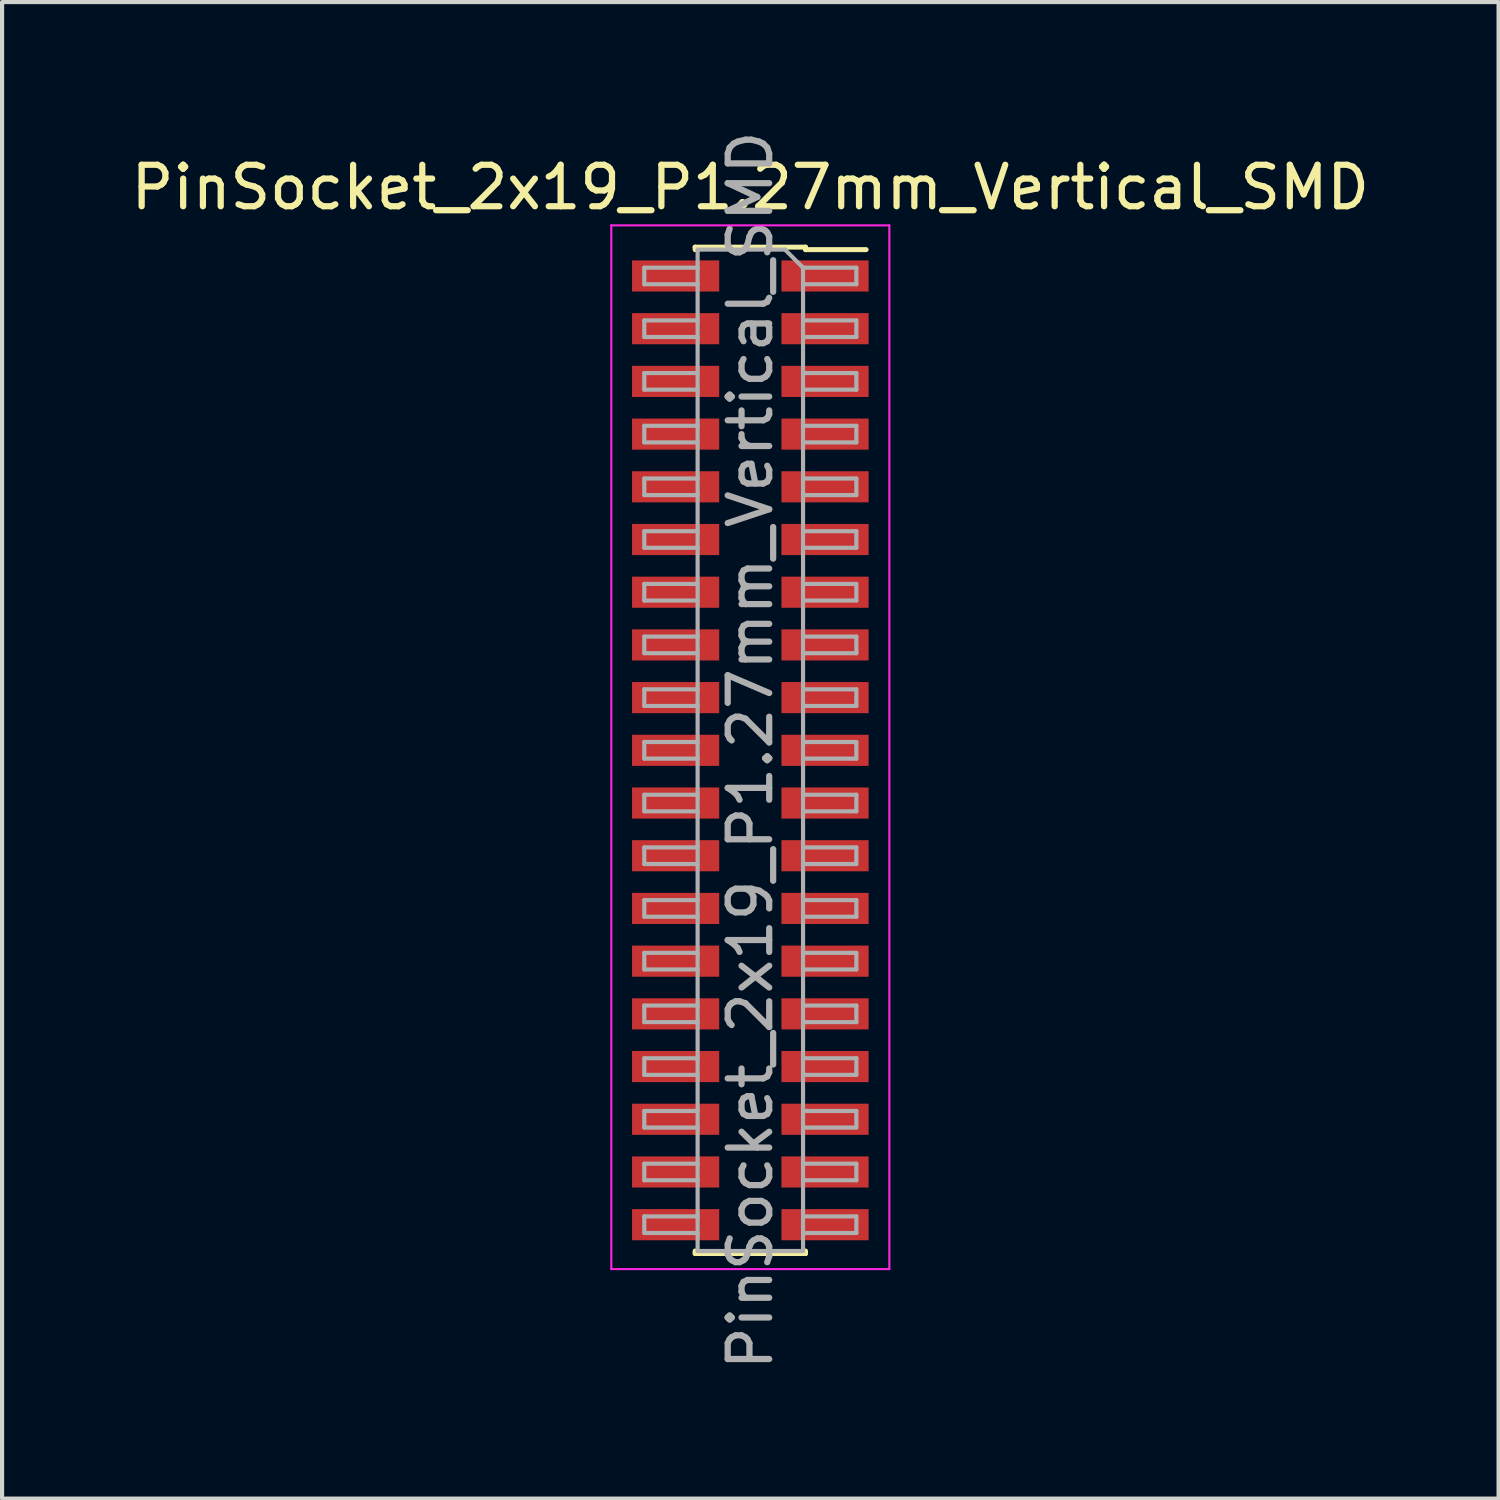
<source format=kicad_pcb>
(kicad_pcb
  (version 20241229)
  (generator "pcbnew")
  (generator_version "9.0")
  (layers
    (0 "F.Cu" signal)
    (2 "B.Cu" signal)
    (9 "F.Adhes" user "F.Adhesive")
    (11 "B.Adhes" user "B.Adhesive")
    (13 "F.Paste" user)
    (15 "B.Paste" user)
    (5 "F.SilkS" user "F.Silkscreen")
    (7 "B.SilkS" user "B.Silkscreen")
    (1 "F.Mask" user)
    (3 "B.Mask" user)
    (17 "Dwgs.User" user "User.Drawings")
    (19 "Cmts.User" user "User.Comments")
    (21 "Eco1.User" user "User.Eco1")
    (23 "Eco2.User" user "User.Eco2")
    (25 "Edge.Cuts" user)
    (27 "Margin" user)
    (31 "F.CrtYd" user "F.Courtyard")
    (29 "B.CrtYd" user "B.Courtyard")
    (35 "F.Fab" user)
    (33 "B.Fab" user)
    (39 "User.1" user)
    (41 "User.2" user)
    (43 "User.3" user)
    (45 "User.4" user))
  (footprint "PinSocket_2x19_P1.27mm_Vertical_SMD"
    (layer "F.Cu")
    (at 15.03 15.03)
    (property "Reference" "PinSocket_2x19_P1.27mm_Vertical_SMD" (at 0 -13.565 0) (layer "F.SilkS") (effects (font (size 1 1) (thickness 0.15))))
    (attr smd)
    (fp_line (start -1.33 -12.125) (end -1.33 -12.065) (stroke (width 0.12) (type solid)) (layer "F.SilkS"))
    (fp_line (start -1.33 -12.125) (end 1.33 -12.125) (stroke (width 0.12) (type solid)) (layer "F.SilkS"))
    (fp_line (start -1.33 12.065) (end -1.33 12.125) (stroke (width 0.12) (type solid)) (layer "F.SilkS"))
    (fp_line (start -1.33 12.125) (end 1.33 12.125) (stroke (width 0.12) (type solid)) (layer "F.SilkS"))
    (fp_line (start 1.33 -12.125) (end 1.33 -12.065) (stroke (width 0.12) (type solid)) (layer "F.SilkS"))
    (fp_line (start 1.33 -12.065) (end 2.79 -12.065) (stroke (width 0.12) (type solid)) (layer "F.SilkS"))
    (fp_line (start 1.33 12.065) (end 1.33 12.125) (stroke (width 0.12) (type solid)) (layer "F.SilkS"))
    (fp_line (start -3.35 -12.65) (end 3.35 -12.65) (stroke (width 0.05) (type solid)) (layer "F.CrtYd"))
    (fp_line (start -3.35 12.5) (end -3.35 -12.65) (stroke (width 0.05) (type solid)) (layer "F.CrtYd"))
    (fp_line (start 3.35 -12.65) (end 3.35 12.5) (stroke (width 0.05) (type solid)) (layer "F.CrtYd"))
    (fp_line (start 3.35 12.5) (end -3.35 12.5) (stroke (width 0.05) (type solid)) (layer "F.CrtYd"))
    (fp_line (start -2.555 -11.63) (end -1.27 -11.63) (stroke (width 0.1) (type solid)) (layer "F.Fab"))
    (fp_line (start -2.555 -11.23) (end -2.555 -11.63) (stroke (width 0.1) (type solid)) (layer "F.Fab"))
    (fp_line (start -2.555 -10.36) (end -1.27 -10.36) (stroke (width 0.1) (type solid)) (layer "F.Fab"))
    (fp_line (start -2.555 -9.96) (end -2.555 -10.36) (stroke (width 0.1) (type solid)) (layer "F.Fab"))
    (fp_line (start -2.555 -9.09) (end -1.27 -9.09) (stroke (width 0.1) (type solid)) (layer "F.Fab"))
    (fp_line (start -2.555 -8.69) (end -2.555 -9.09) (stroke (width 0.1) (type solid)) (layer "F.Fab"))
    (fp_line (start -2.555 -7.82) (end -1.27 -7.82) (stroke (width 0.1) (type solid)) (layer "F.Fab"))
    (fp_line (start -2.555 -7.42) (end -2.555 -7.82) (stroke (width 0.1) (type solid)) (layer "F.Fab"))
    (fp_line (start -2.555 -6.55) (end -1.27 -6.55) (stroke (width 0.1) (type solid)) (layer "F.Fab"))
    (fp_line (start -2.555 -6.15) (end -2.555 -6.55) (stroke (width 0.1) (type solid)) (layer "F.Fab"))
    (fp_line (start -2.555 -5.28) (end -1.27 -5.28) (stroke (width 0.1) (type solid)) (layer "F.Fab"))
    (fp_line (start -2.555 -4.88) (end -2.555 -5.28) (stroke (width 0.1) (type solid)) (layer "F.Fab"))
    (fp_line (start -2.555 -4.01) (end -1.27 -4.01) (stroke (width 0.1) (type solid)) (layer "F.Fab"))
    (fp_line (start -2.555 -3.61) (end -2.555 -4.01) (stroke (width 0.1) (type solid)) (layer "F.Fab"))
    (fp_line (start -2.555 -2.74) (end -1.27 -2.74) (stroke (width 0.1) (type solid)) (layer "F.Fab"))
    (fp_line (start -2.555 -2.34) (end -2.555 -2.74) (stroke (width 0.1) (type solid)) (layer "F.Fab"))
    (fp_line (start -2.555 -1.47) (end -1.27 -1.47) (stroke (width 0.1) (type solid)) (layer "F.Fab"))
    (fp_line (start -2.555 -1.07) (end -2.555 -1.47) (stroke (width 0.1) (type solid)) (layer "F.Fab"))
    (fp_line (start -2.555 -0.2) (end -1.27 -0.2) (stroke (width 0.1) (type solid)) (layer "F.Fab"))
    (fp_line (start -2.555 0.2) (end -2.555 -0.2) (stroke (width 0.1) (type solid)) (layer "F.Fab"))
    (fp_line (start -2.555 1.07) (end -1.27 1.07) (stroke (width 0.1) (type solid)) (layer "F.Fab"))
    (fp_line (start -2.555 1.47) (end -2.555 1.07) (stroke (width 0.1) (type solid)) (layer "F.Fab"))
    (fp_line (start -2.555 2.34) (end -1.27 2.34) (stroke (width 0.1) (type solid)) (layer "F.Fab"))
    (fp_line (start -2.555 2.74) (end -2.555 2.34) (stroke (width 0.1) (type solid)) (layer "F.Fab"))
    (fp_line (start -2.555 3.61) (end -1.27 3.61) (stroke (width 0.1) (type solid)) (layer "F.Fab"))
    (fp_line (start -2.555 4.01) (end -2.555 3.61) (stroke (width 0.1) (type solid)) (layer "F.Fab"))
    (fp_line (start -2.555 4.88) (end -1.27 4.88) (stroke (width 0.1) (type solid)) (layer "F.Fab"))
    (fp_line (start -2.555 5.28) (end -2.555 4.88) (stroke (width 0.1) (type solid)) (layer "F.Fab"))
    (fp_line (start -2.555 6.15) (end -1.27 6.15) (stroke (width 0.1) (type solid)) (layer "F.Fab"))
    (fp_line (start -2.555 6.55) (end -2.555 6.15) (stroke (width 0.1) (type solid)) (layer "F.Fab"))
    (fp_line (start -2.555 7.42) (end -1.27 7.42) (stroke (width 0.1) (type solid)) (layer "F.Fab"))
    (fp_line (start -2.555 7.82) (end -2.555 7.42) (stroke (width 0.1) (type solid)) (layer "F.Fab"))
    (fp_line (start -2.555 8.69) (end -1.27 8.69) (stroke (width 0.1) (type solid)) (layer "F.Fab"))
    (fp_line (start -2.555 9.09) (end -2.555 8.69) (stroke (width 0.1) (type solid)) (layer "F.Fab"))
    (fp_line (start -2.555 9.96) (end -1.27 9.96) (stroke (width 0.1) (type solid)) (layer "F.Fab"))
    (fp_line (start -2.555 10.36) (end -2.555 9.96) (stroke (width 0.1) (type solid)) (layer "F.Fab"))
    (fp_line (start -2.555 11.23) (end -1.27 11.23) (stroke (width 0.1) (type solid)) (layer "F.Fab"))
    (fp_line (start -2.555 11.63) (end -2.555 11.23) (stroke (width 0.1) (type solid)) (layer "F.Fab"))
    (fp_line (start -1.27 -12.065) (end 0.835 -12.065) (stroke (width 0.1) (type solid)) (layer "F.Fab"))
    (fp_line (start -1.27 -11.23) (end -2.555 -11.23) (stroke (width 0.1) (type solid)) (layer "F.Fab"))
    (fp_line (start -1.27 -9.96) (end -2.555 -9.96) (stroke (width 0.1) (type solid)) (layer "F.Fab"))
    (fp_line (start -1.27 -8.69) (end -2.555 -8.69) (stroke (width 0.1) (type solid)) (layer "F.Fab"))
    (fp_line (start -1.27 -7.42) (end -2.555 -7.42) (stroke (width 0.1) (type solid)) (layer "F.Fab"))
    (fp_line (start -1.27 -6.15) (end -2.555 -6.15) (stroke (width 0.1) (type solid)) (layer "F.Fab"))
    (fp_line (start -1.27 -4.88) (end -2.555 -4.88) (stroke (width 0.1) (type solid)) (layer "F.Fab"))
    (fp_line (start -1.27 -3.61) (end -2.555 -3.61) (stroke (width 0.1) (type solid)) (layer "F.Fab"))
    (fp_line (start -1.27 -2.34) (end -2.555 -2.34) (stroke (width 0.1) (type solid)) (layer "F.Fab"))
    (fp_line (start -1.27 -1.07) (end -2.555 -1.07) (stroke (width 0.1) (type solid)) (layer "F.Fab"))
    (fp_line (start -1.27 0.2) (end -2.555 0.2) (stroke (width 0.1) (type solid)) (layer "F.Fab"))
    (fp_line (start -1.27 1.47) (end -2.555 1.47) (stroke (width 0.1) (type solid)) (layer "F.Fab"))
    (fp_line (start -1.27 2.74) (end -2.555 2.74) (stroke (width 0.1) (type solid)) (layer "F.Fab"))
    (fp_line (start -1.27 4.01) (end -2.555 4.01) (stroke (width 0.1) (type solid)) (layer "F.Fab"))
    (fp_line (start -1.27 5.28) (end -2.555 5.28) (stroke (width 0.1) (type solid)) (layer "F.Fab"))
    (fp_line (start -1.27 6.55) (end -2.555 6.55) (stroke (width 0.1) (type solid)) (layer "F.Fab"))
    (fp_line (start -1.27 7.82) (end -2.555 7.82) (stroke (width 0.1) (type solid)) (layer "F.Fab"))
    (fp_line (start -1.27 9.09) (end -2.555 9.09) (stroke (width 0.1) (type solid)) (layer "F.Fab"))
    (fp_line (start -1.27 10.36) (end -2.555 10.36) (stroke (width 0.1) (type solid)) (layer "F.Fab"))
    (fp_line (start -1.27 11.63) (end -2.555 11.63) (stroke (width 0.1) (type solid)) (layer "F.Fab"))
    (fp_line (start -1.27 12.065) (end -1.27 -12.065) (stroke (width 0.1) (type solid)) (layer "F.Fab"))
    (fp_line (start 0.835 -12.065) (end 1.27 -11.63) (stroke (width 0.1) (type solid)) (layer "F.Fab"))
    (fp_line (start 1.27 -11.63) (end 1.27 12.065) (stroke (width 0.1) (type solid)) (layer "F.Fab"))
    (fp_line (start 1.27 -11.63) (end 2.555 -11.63) (stroke (width 0.1) (type solid)) (layer "F.Fab"))
    (fp_line (start 1.27 -10.36) (end 2.555 -10.36) (stroke (width 0.1) (type solid)) (layer "F.Fab"))
    (fp_line (start 1.27 -9.09) (end 2.555 -9.09) (stroke (width 0.1) (type solid)) (layer "F.Fab"))
    (fp_line (start 1.27 -7.82) (end 2.555 -7.82) (stroke (width 0.1) (type solid)) (layer "F.Fab"))
    (fp_line (start 1.27 -6.55) (end 2.555 -6.55) (stroke (width 0.1) (type solid)) (layer "F.Fab"))
    (fp_line (start 1.27 -5.28) (end 2.555 -5.28) (stroke (width 0.1) (type solid)) (layer "F.Fab"))
    (fp_line (start 1.27 -4.01) (end 2.555 -4.01) (stroke (width 0.1) (type solid)) (layer "F.Fab"))
    (fp_line (start 1.27 -2.74) (end 2.555 -2.74) (stroke (width 0.1) (type solid)) (layer "F.Fab"))
    (fp_line (start 1.27 -1.47) (end 2.555 -1.47) (stroke (width 0.1) (type solid)) (layer "F.Fab"))
    (fp_line (start 1.27 -0.2) (end 2.555 -0.2) (stroke (width 0.1) (type solid)) (layer "F.Fab"))
    (fp_line (start 1.27 1.07) (end 2.555 1.07) (stroke (width 0.1) (type solid)) (layer "F.Fab"))
    (fp_line (start 1.27 2.34) (end 2.555 2.34) (stroke (width 0.1) (type solid)) (layer "F.Fab"))
    (fp_line (start 1.27 3.61) (end 2.555 3.61) (stroke (width 0.1) (type solid)) (layer "F.Fab"))
    (fp_line (start 1.27 4.88) (end 2.555 4.88) (stroke (width 0.1) (type solid)) (layer "F.Fab"))
    (fp_line (start 1.27 6.15) (end 2.555 6.15) (stroke (width 0.1) (type solid)) (layer "F.Fab"))
    (fp_line (start 1.27 7.42) (end 2.555 7.42) (stroke (width 0.1) (type solid)) (layer "F.Fab"))
    (fp_line (start 1.27 8.69) (end 2.555 8.69) (stroke (width 0.1) (type solid)) (layer "F.Fab"))
    (fp_line (start 1.27 9.96) (end 2.555 9.96) (stroke (width 0.1) (type solid)) (layer "F.Fab"))
    (fp_line (start 1.27 11.23) (end 2.555 11.23) (stroke (width 0.1) (type solid)) (layer "F.Fab"))
    (fp_line (start 1.27 12.065) (end -1.27 12.065) (stroke (width 0.1) (type solid)) (layer "F.Fab"))
    (fp_line (start 2.555 -11.63) (end 2.555 -11.23) (stroke (width 0.1) (type solid)) (layer "F.Fab"))
    (fp_line (start 2.555 -11.23) (end 1.27 -11.23) (stroke (width 0.1) (type solid)) (layer "F.Fab"))
    (fp_line (start 2.555 -10.36) (end 2.555 -9.96) (stroke (width 0.1) (type solid)) (layer "F.Fab"))
    (fp_line (start 2.555 -9.96) (end 1.27 -9.96) (stroke (width 0.1) (type solid)) (layer "F.Fab"))
    (fp_line (start 2.555 -9.09) (end 2.555 -8.69) (stroke (width 0.1) (type solid)) (layer "F.Fab"))
    (fp_line (start 2.555 -8.69) (end 1.27 -8.69) (stroke (width 0.1) (type solid)) (layer "F.Fab"))
    (fp_line (start 2.555 -7.82) (end 2.555 -7.42) (stroke (width 0.1) (type solid)) (layer "F.Fab"))
    (fp_line (start 2.555 -7.42) (end 1.27 -7.42) (stroke (width 0.1) (type solid)) (layer "F.Fab"))
    (fp_line (start 2.555 -6.55) (end 2.555 -6.15) (stroke (width 0.1) (type solid)) (layer "F.Fab"))
    (fp_line (start 2.555 -6.15) (end 1.27 -6.15) (stroke (width 0.1) (type solid)) (layer "F.Fab"))
    (fp_line (start 2.555 -5.28) (end 2.555 -4.88) (stroke (width 0.1) (type solid)) (layer "F.Fab"))
    (fp_line (start 2.555 -4.88) (end 1.27 -4.88) (stroke (width 0.1) (type solid)) (layer "F.Fab"))
    (fp_line (start 2.555 -4.01) (end 2.555 -3.61) (stroke (width 0.1) (type solid)) (layer "F.Fab"))
    (fp_line (start 2.555 -3.61) (end 1.27 -3.61) (stroke (width 0.1) (type solid)) (layer "F.Fab"))
    (fp_line (start 2.555 -2.74) (end 2.555 -2.34) (stroke (width 0.1) (type solid)) (layer "F.Fab"))
    (fp_line (start 2.555 -2.34) (end 1.27 -2.34) (stroke (width 0.1) (type solid)) (layer "F.Fab"))
    (fp_line (start 2.555 -1.47) (end 2.555 -1.07) (stroke (width 0.1) (type solid)) (layer "F.Fab"))
    (fp_line (start 2.555 -1.07) (end 1.27 -1.07) (stroke (width 0.1) (type solid)) (layer "F.Fab"))
    (fp_line (start 2.555 -0.2) (end 2.555 0.2) (stroke (width 0.1) (type solid)) (layer "F.Fab"))
    (fp_line (start 2.555 0.2) (end 1.27 0.2) (stroke (width 0.1) (type solid)) (layer "F.Fab"))
    (fp_line (start 2.555 1.07) (end 2.555 1.47) (stroke (width 0.1) (type solid)) (layer "F.Fab"))
    (fp_line (start 2.555 1.47) (end 1.27 1.47) (stroke (width 0.1) (type solid)) (layer "F.Fab"))
    (fp_line (start 2.555 2.34) (end 2.555 2.74) (stroke (width 0.1) (type solid)) (layer "F.Fab"))
    (fp_line (start 2.555 2.74) (end 1.27 2.74) (stroke (width 0.1) (type solid)) (layer "F.Fab"))
    (fp_line (start 2.555 3.61) (end 2.555 4.01) (stroke (width 0.1) (type solid)) (layer "F.Fab"))
    (fp_line (start 2.555 4.01) (end 1.27 4.01) (stroke (width 0.1) (type solid)) (layer "F.Fab"))
    (fp_line (start 2.555 4.88) (end 2.555 5.28) (stroke (width 0.1) (type solid)) (layer "F.Fab"))
    (fp_line (start 2.555 5.28) (end 1.27 5.28) (stroke (width 0.1) (type solid)) (layer "F.Fab"))
    (fp_line (start 2.555 6.15) (end 2.555 6.55) (stroke (width 0.1) (type solid)) (layer "F.Fab"))
    (fp_line (start 2.555 6.55) (end 1.27 6.55) (stroke (width 0.1) (type solid)) (layer "F.Fab"))
    (fp_line (start 2.555 7.42) (end 2.555 7.82) (stroke (width 0.1) (type solid)) (layer "F.Fab"))
    (fp_line (start 2.555 7.82) (end 1.27 7.82) (stroke (width 0.1) (type solid)) (layer "F.Fab"))
    (fp_line (start 2.555 8.69) (end 2.555 9.09) (stroke (width 0.1) (type solid)) (layer "F.Fab"))
    (fp_line (start 2.555 9.09) (end 1.27 9.09) (stroke (width 0.1) (type solid)) (layer "F.Fab"))
    (fp_line (start 2.555 9.96) (end 2.555 10.36) (stroke (width 0.1) (type solid)) (layer "F.Fab"))
    (fp_line (start 2.555 10.36) (end 1.27 10.36) (stroke (width 0.1) (type solid)) (layer "F.Fab"))
    (fp_line (start 2.555 11.23) (end 2.555 11.63) (stroke (width 0.1) (type solid)) (layer "F.Fab"))
    (fp_line (start 2.555 11.63) (end 1.27 11.63) (stroke (width 0.1) (type solid)) (layer "F.Fab"))
    (fp_text user "${REFERENCE}" (at 0 0 90) (layer "F.Fab") (effects (font (size 1 1) (thickness 0.15))))
    (pad "1" smd rect (at 1.8 -11.43) (size 2.1 0.75) (layers "F.Cu" "F.Mask" "F.Paste"))
    (pad "2" smd rect (at -1.8 -11.43) (size 2.1 0.75) (layers "F.Cu" "F.Mask" "F.Paste"))
    (pad "3" smd rect (at 1.8 -10.16) (size 2.1 0.75) (layers "F.Cu" "F.Mask" "F.Paste"))
    (pad "4" smd rect (at -1.8 -10.16) (size 2.1 0.75) (layers "F.Cu" "F.Mask" "F.Paste"))
    (pad "5" smd rect (at 1.8 -8.89) (size 2.1 0.75) (layers "F.Cu" "F.Mask" "F.Paste"))
    (pad "6" smd rect (at -1.8 -8.89) (size 2.1 0.75) (layers "F.Cu" "F.Mask" "F.Paste"))
    (pad "7" smd rect (at 1.8 -7.62) (size 2.1 0.75) (layers "F.Cu" "F.Mask" "F.Paste"))
    (pad "8" smd rect (at -1.8 -7.62) (size 2.1 0.75) (layers "F.Cu" "F.Mask" "F.Paste"))
    (pad "9" smd rect (at 1.8 -6.35) (size 2.1 0.75) (layers "F.Cu" "F.Mask" "F.Paste"))
    (pad "10" smd rect (at -1.8 -6.35) (size 2.1 0.75) (layers "F.Cu" "F.Mask" "F.Paste"))
    (pad "11" smd rect (at 1.8 -5.08) (size 2.1 0.75) (layers "F.Cu" "F.Mask" "F.Paste"))
    (pad "12" smd rect (at -1.8 -5.08) (size 2.1 0.75) (layers "F.Cu" "F.Mask" "F.Paste"))
    (pad "13" smd rect (at 1.8 -3.81) (size 2.1 0.75) (layers "F.Cu" "F.Mask" "F.Paste"))
    (pad "14" smd rect (at -1.8 -3.81) (size 2.1 0.75) (layers "F.Cu" "F.Mask" "F.Paste"))
    (pad "15" smd rect (at 1.8 -2.54) (size 2.1 0.75) (layers "F.Cu" "F.Mask" "F.Paste"))
    (pad "16" smd rect (at -1.8 -2.54) (size 2.1 0.75) (layers "F.Cu" "F.Mask" "F.Paste"))
    (pad "17" smd rect (at 1.8 -1.27) (size 2.1 0.75) (layers "F.Cu" "F.Mask" "F.Paste"))
    (pad "18" smd rect (at -1.8 -1.27) (size 2.1 0.75) (layers "F.Cu" "F.Mask" "F.Paste"))
    (pad "19" smd rect (at 1.8 0) (size 2.1 0.75) (layers "F.Cu" "F.Mask" "F.Paste"))
    (pad "20" smd rect (at -1.8 0) (size 2.1 0.75) (layers "F.Cu" "F.Mask" "F.Paste"))
    (pad "21" smd rect (at 1.8 1.27) (size 2.1 0.75) (layers "F.Cu" "F.Mask" "F.Paste"))
    (pad "22" smd rect (at -1.8 1.27) (size 2.1 0.75) (layers "F.Cu" "F.Mask" "F.Paste"))
    (pad "23" smd rect (at 1.8 2.54) (size 2.1 0.75) (layers "F.Cu" "F.Mask" "F.Paste"))
    (pad "24" smd rect (at -1.8 2.54) (size 2.1 0.75) (layers "F.Cu" "F.Mask" "F.Paste"))
    (pad "25" smd rect (at 1.8 3.81) (size 2.1 0.75) (layers "F.Cu" "F.Mask" "F.Paste"))
    (pad "26" smd rect (at -1.8 3.81) (size 2.1 0.75) (layers "F.Cu" "F.Mask" "F.Paste"))
    (pad "27" smd rect (at 1.8 5.08) (size 2.1 0.75) (layers "F.Cu" "F.Mask" "F.Paste"))
    (pad "28" smd rect (at -1.8 5.08) (size 2.1 0.75) (layers "F.Cu" "F.Mask" "F.Paste"))
    (pad "29" smd rect (at 1.8 6.35) (size 2.1 0.75) (layers "F.Cu" "F.Mask" "F.Paste"))
    (pad "30" smd rect (at -1.8 6.35) (size 2.1 0.75) (layers "F.Cu" "F.Mask" "F.Paste"))
    (pad "31" smd rect (at 1.8 7.62) (size 2.1 0.75) (layers "F.Cu" "F.Mask" "F.Paste"))
    (pad "32" smd rect (at -1.8 7.62) (size 2.1 0.75) (layers "F.Cu" "F.Mask" "F.Paste"))
    (pad "33" smd rect (at 1.8 8.89) (size 2.1 0.75) (layers "F.Cu" "F.Mask" "F.Paste"))
    (pad "34" smd rect (at -1.8 8.89) (size 2.1 0.75) (layers "F.Cu" "F.Mask" "F.Paste"))
    (pad "35" smd rect (at 1.8 10.16) (size 2.1 0.75) (layers "F.Cu" "F.Mask" "F.Paste"))
    (pad "36" smd rect (at -1.8 10.16) (size 2.1 0.75) (layers "F.Cu" "F.Mask" "F.Paste"))
    (pad "37" smd rect (at 1.8 11.43) (size 2.1 0.75) (layers "F.Cu" "F.Mask" "F.Paste"))
    (pad "38" smd rect (at -1.8 11.43) (size 2.1 0.75) (layers "F.Cu" "F.Mask" "F.Paste")))
  (gr_rect
    (start -3 -3)
    (end 33.06 33.06)
    (stroke (width 0.1) (type default))
    (fill no)
    (layer "Edge.Cuts")))
</source>
